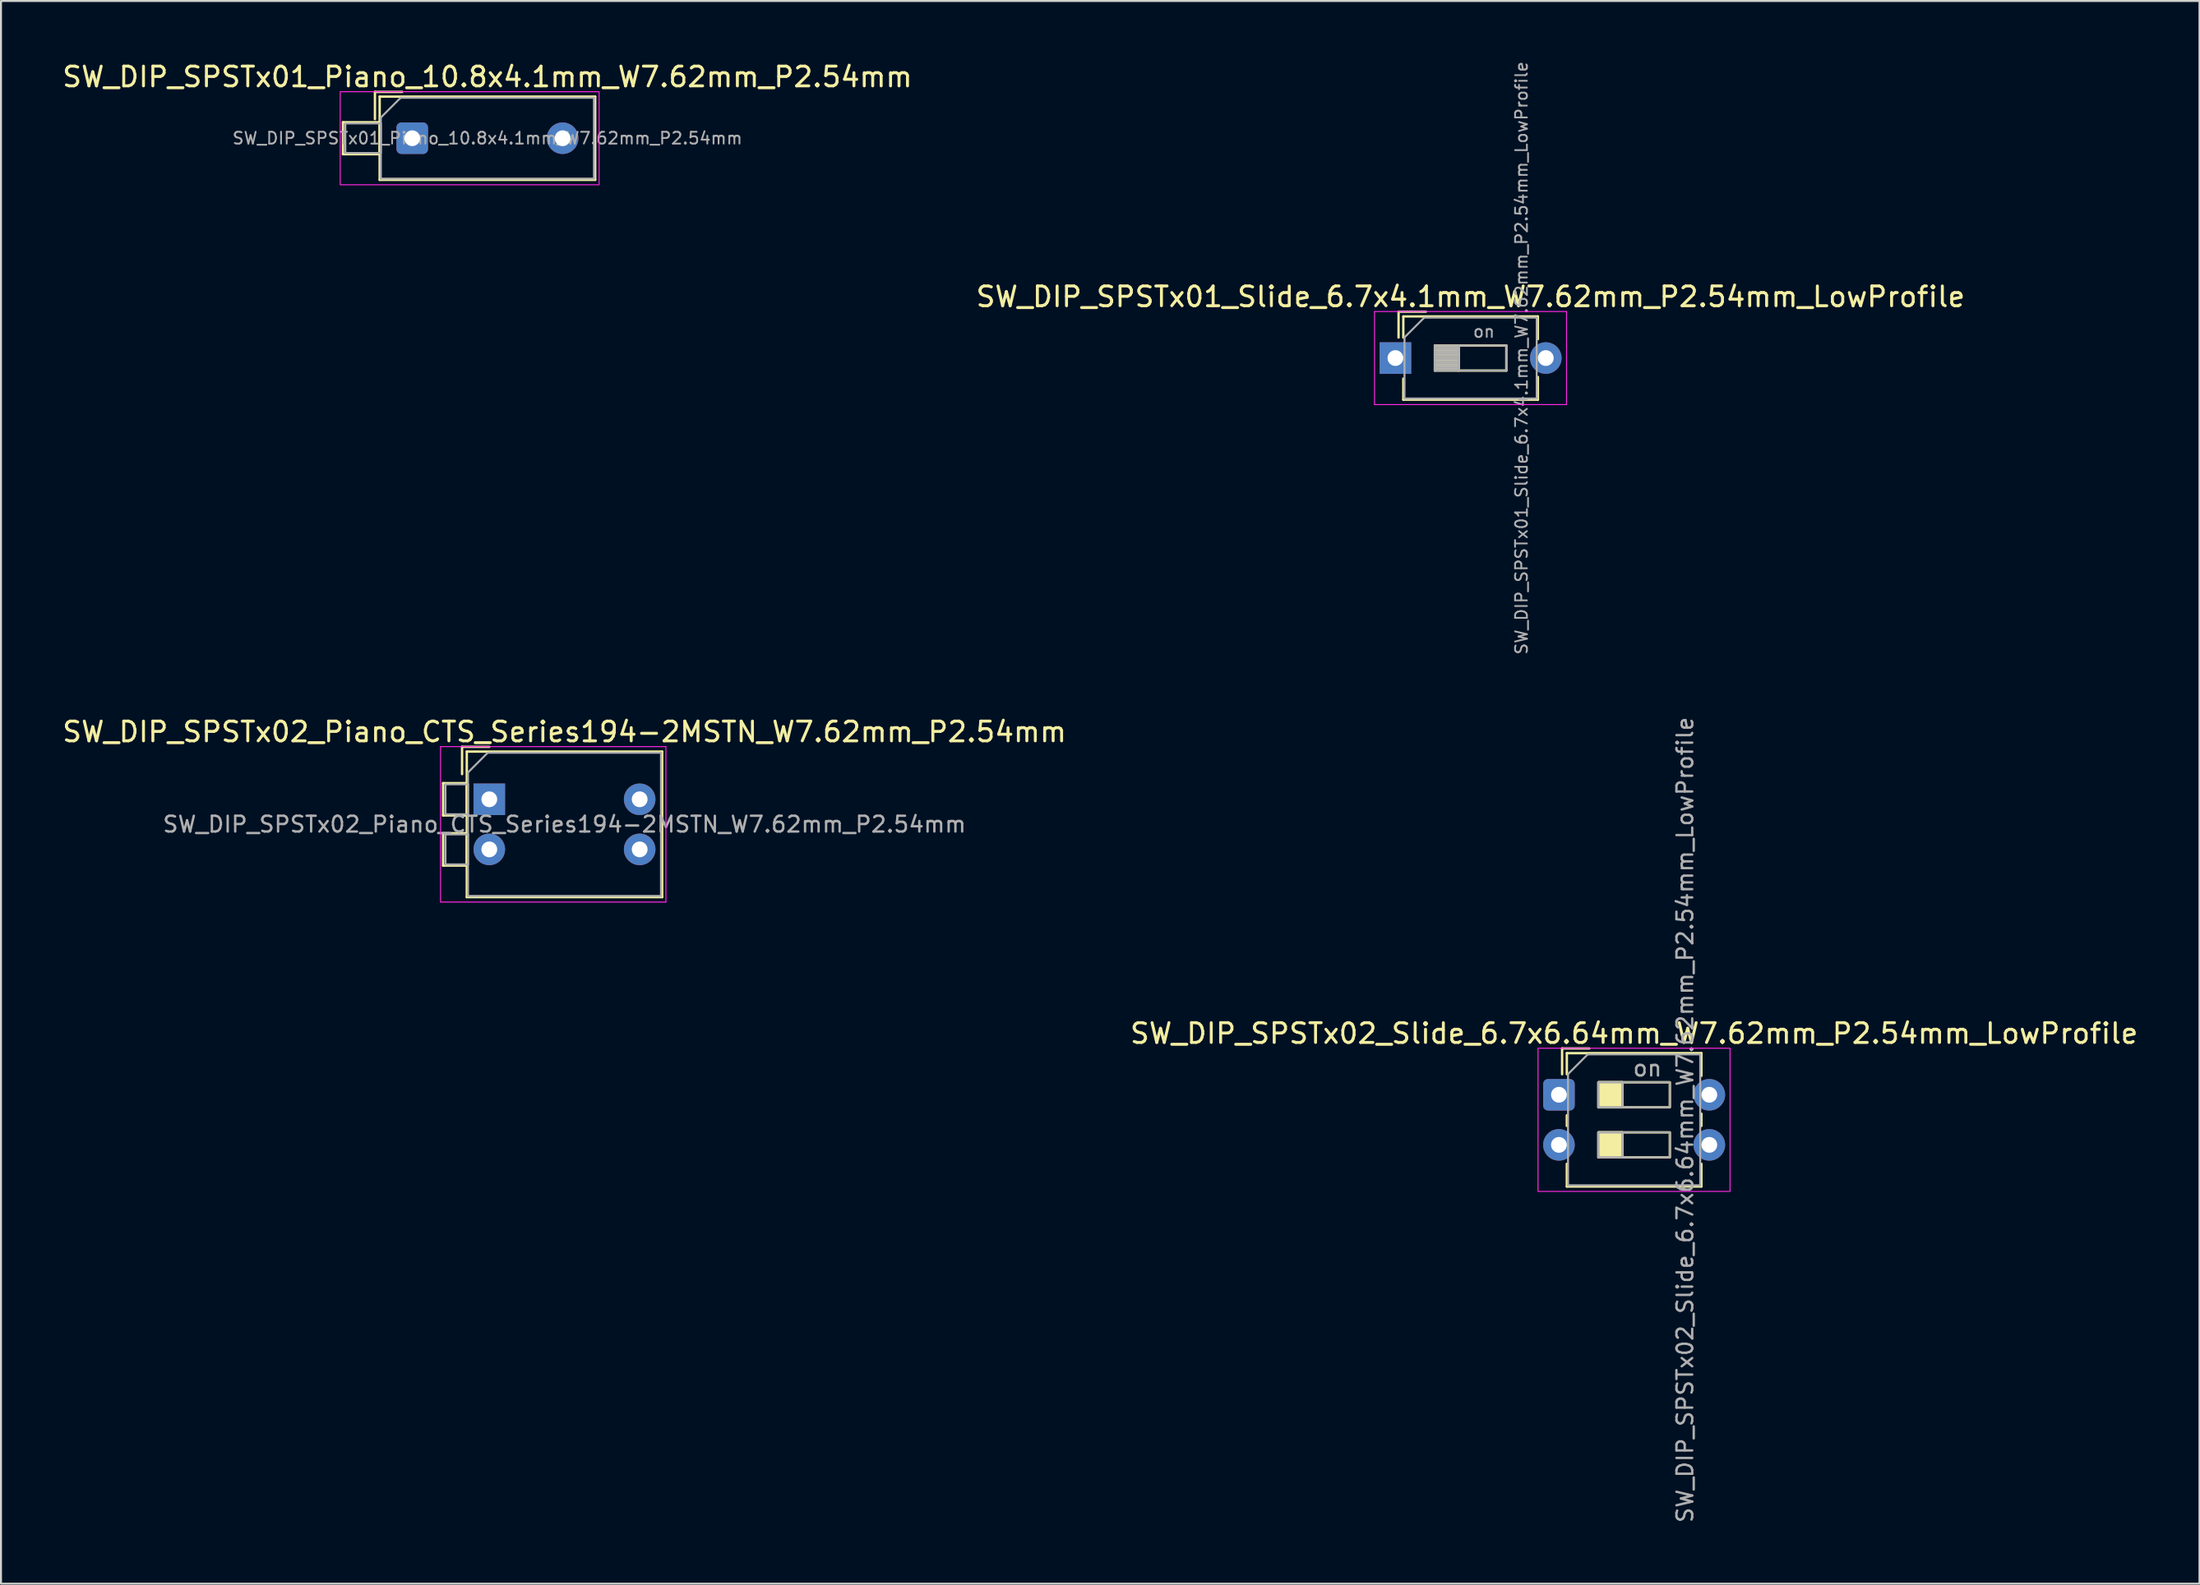
<source format=kicad_pcb>
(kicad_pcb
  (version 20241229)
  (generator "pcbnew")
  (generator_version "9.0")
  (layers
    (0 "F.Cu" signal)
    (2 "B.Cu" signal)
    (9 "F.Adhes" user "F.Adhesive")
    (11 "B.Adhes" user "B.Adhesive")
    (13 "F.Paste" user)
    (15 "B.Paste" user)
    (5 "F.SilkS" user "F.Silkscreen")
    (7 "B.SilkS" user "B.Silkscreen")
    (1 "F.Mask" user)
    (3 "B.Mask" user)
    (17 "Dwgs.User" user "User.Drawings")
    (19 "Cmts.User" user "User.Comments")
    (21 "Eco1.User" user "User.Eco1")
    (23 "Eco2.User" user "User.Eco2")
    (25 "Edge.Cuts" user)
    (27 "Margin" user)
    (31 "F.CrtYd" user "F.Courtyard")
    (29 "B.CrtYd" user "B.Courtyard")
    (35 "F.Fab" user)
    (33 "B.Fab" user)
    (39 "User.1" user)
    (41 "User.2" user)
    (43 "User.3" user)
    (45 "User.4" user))
  (footprint "SW_DIP_SPSTx02_Piano_CTS_Series194-2MSTN_W7.62mm_P2.54mm"
    (layer "F.Cu")
    (at 21.744 37.475)
    (property "Reference" "SW_DIP_SPSTx02_Piano_CTS_Series194-2MSTN_W7.62mm_P2.54mm" (at 3.81 -3.42 0) (layer "F.SilkS") (effects (font (size 1 1) (thickness 0.15))))
    (attr through_hole)
    (fp_line (start -2.34 -0.82) (end -2.34 0.82) (stroke (width 0.12) (type solid)) (layer "F.SilkS"))
    (fp_line (start -2.34 -0.82) (end -1.14 -0.82) (stroke (width 0.12) (type solid)) (layer "F.SilkS"))
    (fp_line (start -2.34 0.82) (end -1.14 0.82) (stroke (width 0.12) (type solid)) (layer "F.SilkS"))
    (fp_line (start -2.34 1.72) (end -2.34 3.36) (stroke (width 0.12) (type solid)) (layer "F.SilkS"))
    (fp_line (start -2.34 1.72) (end -1.14 1.72) (stroke (width 0.12) (type solid)) (layer "F.SilkS"))
    (fp_line (start -2.34 3.36) (end -1.14 3.36) (stroke (width 0.12) (type solid)) (layer "F.SilkS"))
    (fp_line (start -1.38 -2.66) (end -1.38 -1.277) (stroke (width 0.12) (type solid)) (layer "F.SilkS"))
    (fp_line (start -1.38 -2.66) (end 0.003 -2.66) (stroke (width 0.12) (type solid)) (layer "F.SilkS"))
    (fp_line (start -1.14 -2.42) (end -1.14 4.96) (stroke (width 0.12) (type solid)) (layer "F.SilkS"))
    (fp_line (start -1.14 -2.42) (end 8.76 -2.42) (stroke (width 0.12) (type solid)) (layer "F.SilkS"))
    (fp_line (start -1.14 -0.82) (end -1.14 0.82) (stroke (width 0.12) (type solid)) (layer "F.SilkS"))
    (fp_line (start -1.14 1.72) (end -1.14 3.36) (stroke (width 0.12) (type solid)) (layer "F.SilkS"))
    (fp_line (start -1.14 4.96) (end 8.76 4.96) (stroke (width 0.12) (type solid)) (layer "F.SilkS"))
    (fp_line (start 8.76 -2.42) (end 8.76 4.96) (stroke (width 0.12) (type solid)) (layer "F.SilkS"))
    (fp_line (start -2.47 -2.67) (end -2.47 5.21) (stroke (width 0.05) (type solid)) (layer "F.CrtYd"))
    (fp_line (start -2.47 5.21) (end 8.95 5.21) (stroke (width 0.05) (type solid)) (layer "F.CrtYd"))
    (fp_line (start 8.95 -2.67) (end -2.47 -2.67) (stroke (width 0.05) (type solid)) (layer "F.CrtYd"))
    (fp_line (start 8.95 5.21) (end 8.95 -2.67) (stroke (width 0.05) (type solid)) (layer "F.CrtYd"))
    (fp_line (start -2.22 -0.76) (end -1.08 -0.76) (stroke (width 0.1) (type solid)) (layer "F.Fab"))
    (fp_line (start -2.22 0.76) (end -2.22 -0.76) (stroke (width 0.1) (type solid)) (layer "F.Fab"))
    (fp_line (start -2.22 1.78) (end -1.08 1.78) (stroke (width 0.1) (type solid)) (layer "F.Fab"))
    (fp_line (start -2.22 3.3) (end -2.22 1.78) (stroke (width 0.1) (type solid)) (layer "F.Fab"))
    (fp_line (start -1.08 -1.36) (end -0.08 -2.36) (stroke (width 0.1) (type solid)) (layer "F.Fab"))
    (fp_line (start -1.08 -0.76) (end -1.08 0.76) (stroke (width 0.1) (type solid)) (layer "F.Fab"))
    (fp_line (start -1.08 0.76) (end -2.22 0.76) (stroke (width 0.1) (type solid)) (layer "F.Fab"))
    (fp_line (start -1.08 1.78) (end -1.08 3.3) (stroke (width 0.1) (type solid)) (layer "F.Fab"))
    (fp_line (start -1.08 3.3) (end -2.22 3.3) (stroke (width 0.1) (type solid)) (layer "F.Fab"))
    (fp_line (start -1.08 4.9) (end -1.08 -1.36) (stroke (width 0.1) (type solid)) (layer "F.Fab"))
    (fp_line (start -0.08 -2.36) (end 8.7 -2.36) (stroke (width 0.1) (type solid)) (layer "F.Fab"))
    (fp_line (start 8.7 -2.36) (end 8.7 4.9) (stroke (width 0.1) (type solid)) (layer "F.Fab"))
    (fp_line (start 8.7 4.9) (end -1.08 4.9) (stroke (width 0.1) (type solid)) (layer "F.Fab"))
    (fp_text user "${REFERENCE}" (at 3.81 1.27 0) (layer "F.Fab") (effects (font (size 0.8 0.8) (thickness 0.12))))
    (pad "1" thru_hole rect (at 0 0) (size 1.6 1.6) (drill 0.8) (layers "*.Cu" "*.Mask"))
    (pad "2" thru_hole circle (at 0 2.54) (size 1.6 1.6) (drill 0.8) (layers "*.Cu" "*.Mask"))
    (pad "3" thru_hole circle (at 7.62 2.54) (size 1.6 1.6) (drill 0.8) (layers "*.Cu" "*.Mask"))
    (pad "4" thru_hole circle (at 7.62 0) (size 1.6 1.6) (drill 0.8) (layers "*.Cu" "*.Mask")))
  (footprint "SW_DIP_SPSTx02_Slide_6.7x6.64mm_W7.62mm_P2.54mm_LowProfile"
    (layer "F.Cu")
    (at 75.946 52.456)
    (property "Reference" "SW_DIP_SPSTx02_Slide_6.7x6.64mm_W7.62mm_P2.54mm_LowProfile" (at 3.81 -3.11 0) (layer "F.SilkS") (effects (font (size 1 1) (thickness 0.15))))
    (attr through_hole)
    (fp_line (start 0.16 -2.35) (end 0.16 -1.04) (stroke (width 0.12) (type solid)) (layer "F.SilkS"))
    (fp_line (start 0.16 -2.35) (end 1.543 -2.35) (stroke (width 0.12) (type solid)) (layer "F.SilkS"))
    (fp_line (start 0.4 -2.11) (end 0.4 -1.04) (stroke (width 0.12) (type solid)) (layer "F.SilkS"))
    (fp_line (start 0.4 -2.11) (end 7.22 -2.11) (stroke (width 0.12) (type solid)) (layer "F.SilkS"))
    (fp_line (start 0.4 1.04) (end 0.4 1.58) (stroke (width 0.12) (type solid)) (layer "F.SilkS"))
    (fp_line (start 0.4 3.5) (end 0.4 4.65) (stroke (width 0.12) (type solid)) (layer "F.SilkS"))
    (fp_line (start 0.4 4.65) (end 7.22 4.65) (stroke (width 0.12) (type solid)) (layer "F.SilkS"))
    (fp_line (start 3.207 -0.635) (end 3.207 0.635) (stroke (width 0.12) (type solid)) (layer "F.SilkS"))
    (fp_line (start 3.207 1.905) (end 3.207 3.175) (stroke (width 0.12) (type solid)) (layer "F.SilkS"))
    (fp_line (start 7.22 -2.11) (end 7.22 -0.96) (stroke (width 0.12) (type solid)) (layer "F.SilkS"))
    (fp_line (start 7.22 0.96) (end 7.22 1.58) (stroke (width 0.12) (type solid)) (layer "F.SilkS"))
    (fp_line (start 7.22 3.5) (end 7.22 4.65) (stroke (width 0.12) (type solid)) (layer "F.SilkS"))
    (fp_rect (start 2 -0.635) (end 3.207 0.635) (stroke (width 0.12) (type solid)) (fill yes) (layer "F.SilkS"))
    (fp_rect (start 2 -0.635) (end 5.62 0.635) (stroke (width 0.12) (type solid)) (fill no) (layer "F.SilkS"))
    (fp_rect (start 2 1.905) (end 3.207 3.175) (stroke (width 0.12) (type solid)) (fill yes) (layer "F.SilkS"))
    (fp_rect (start 2 1.905) (end 5.62 3.175) (stroke (width 0.12) (type solid)) (fill no) (layer "F.SilkS"))
    (fp_rect (start -1.06 -2.36) (end 8.67 4.9) (stroke (width 0.05) (type solid)) (fill no) (layer "F.CrtYd"))
    (fp_line (start 0.46 -1.05) (end 1.46 -2.05) (stroke (width 0.1) (type solid)) (layer "F.Fab"))
    (fp_line (start 0.46 4.59) (end 0.46 -1.05) (stroke (width 0.1) (type solid)) (layer "F.Fab"))
    (fp_line (start 1.46 -2.05) (end 7.16 -2.05) (stroke (width 0.1) (type solid)) (layer "F.Fab"))
    (fp_line (start 3.207 -0.635) (end 3.207 0.635) (stroke (width 0.1) (type solid)) (layer "F.Fab"))
    (fp_line (start 3.207 1.905) (end 3.207 3.175) (stroke (width 0.1) (type solid)) (layer "F.Fab"))
    (fp_line (start 7.16 -2.05) (end 7.16 4.59) (stroke (width 0.1) (type solid)) (layer "F.Fab"))
    (fp_line (start 7.16 4.59) (end 0.46 4.59) (stroke (width 0.1) (type solid)) (layer "F.Fab"))
    (fp_rect (start 2 -0.635) (end 3.207 0.635) (stroke (width 0.1) (type solid)) (fill no) (layer "F.Fab"))
    (fp_rect (start 2 -0.635) (end 5.62 0.635) (stroke (width 0.1) (type solid)) (fill no) (layer "F.Fab"))
    (fp_rect (start 2 1.905) (end 3.207 3.175) (stroke (width 0.1) (type solid)) (fill no) (layer "F.Fab"))
    (fp_rect (start 2 1.905) (end 5.62 3.175) (stroke (width 0.1) (type solid)) (fill no) (layer "F.Fab"))
    (fp_text user "on" (at 4.485 -1.343 0) (layer "F.Fab") (effects (font (size 0.8 0.8) (thickness 0.12))))
    (fp_text user "${REFERENCE}" (at 6.39 1.27 90) (layer "F.Fab") (effects (font (size 0.8 0.8) (thickness 0.12))))
    (pad "1" thru_hole roundrect (at 0 0) (size 1.6 1.6) (drill 0.8) (layers "*.Cu" "*.Mask") (roundrect_rratio 0.156))
    (pad "2" thru_hole circle (at 0 2.54) (size 1.6 1.6) (drill 0.8) (layers "*.Cu" "*.Mask"))
    (pad "3" thru_hole circle (at 7.62 2.54) (size 1.6 1.6) (drill 0.8) (layers "*.Cu" "*.Mask"))
    (pad "4" thru_hole circle (at 7.62 0) (size 1.6 1.6) (drill 0.8) (layers "*.Cu" "*.Mask")))
  (footprint "SW_DIP_SPSTx01_Piano_10.8x4.1mm_W7.62mm_P2.54mm"
    (layer "F.Cu")
    (at 17.839 3.958)
    (property "Reference" "SW_DIP_SPSTx01_Piano_10.8x4.1mm_W7.62mm_P2.54mm" (at 3.81 -3.11 0) (layer "F.SilkS") (effects (font (size 1 1) (thickness 0.15))))
    (attr through_hole)
    (fp_line (start -3.51 -0.81) (end -3.51 0.81) (stroke (width 0.12) (type solid)) (layer "F.SilkS"))
    (fp_line (start -3.51 -0.81) (end -1.65 -0.81) (stroke (width 0.12) (type solid)) (layer "F.SilkS"))
    (fp_line (start -3.51 0.81) (end -1.65 0.81) (stroke (width 0.12) (type solid)) (layer "F.SilkS"))
    (fp_line (start -1.89 -2.35) (end -1.89 -0.967) (stroke (width 0.12) (type solid)) (layer "F.SilkS"))
    (fp_line (start -1.89 -2.35) (end -0.507 -2.35) (stroke (width 0.12) (type solid)) (layer "F.SilkS"))
    (fp_line (start -1.65 -2.11) (end -1.65 2.11) (stroke (width 0.12) (type solid)) (layer "F.SilkS"))
    (fp_line (start -1.65 -2.11) (end 9.27 -2.11) (stroke (width 0.12) (type solid)) (layer "F.SilkS"))
    (fp_line (start -1.65 -0.81) (end -1.65 0.81) (stroke (width 0.12) (type solid)) (layer "F.SilkS"))
    (fp_line (start -1.65 2.11) (end 9.27 2.11) (stroke (width 0.12) (type solid)) (layer "F.SilkS"))
    (fp_line (start 9.27 -2.11) (end 9.27 2.11) (stroke (width 0.12) (type solid)) (layer "F.SilkS"))
    (fp_rect (start -3.65 -2.36) (end 9.47 2.36) (stroke (width 0.05) (type solid)) (fill no) (layer "F.CrtYd"))
    (fp_line (start -1.59 -1.05) (end -0.59 -2.05) (stroke (width 0.1) (type solid)) (layer "F.Fab"))
    (fp_line (start -1.59 2.05) (end -1.59 -1.05) (stroke (width 0.1) (type solid)) (layer "F.Fab"))
    (fp_line (start -0.59 -2.05) (end 9.21 -2.05) (stroke (width 0.1) (type solid)) (layer "F.Fab"))
    (fp_line (start 9.21 -2.05) (end 9.21 2.05) (stroke (width 0.1) (type solid)) (layer "F.Fab"))
    (fp_line (start 9.21 2.05) (end -1.59 2.05) (stroke (width 0.1) (type solid)) (layer "F.Fab"))
    (fp_rect (start -1.59 -0.75) (end -3.39 0.75) (stroke (width 0.1) (type solid)) (fill no) (layer "F.Fab"))
    (fp_text user "${REFERENCE}" (at 3.81 0 0) (layer "F.Fab") (effects (font (size 0.6 0.6) (thickness 0.09))))
    (pad "1" thru_hole roundrect (at 0 0) (size 1.6 1.6) (drill 0.8) (layers "*.Cu" "*.Mask") (roundrect_rratio 0.156))
    (pad "2" thru_hole circle (at 7.62 0) (size 1.6 1.6) (drill 0.8) (layers "*.Cu" "*.Mask")))
  (footprint "SW_DIP_SPSTx01_Slide_6.7x4.1mm_W7.62mm_P2.54mm_LowProfile"
    (layer "F.Cu")
    (at 67.66 15.104)
    (property "Reference" "SW_DIP_SPSTx01_Slide_6.7x4.1mm_W7.62mm_P2.54mm_LowProfile" (at 3.81 -3.11 0) (layer "F.SilkS") (effects (font (size 1 1) (thickness 0.15))))
    (attr through_hole)
    (fp_line (start 0.16 -2.35) (end 0.16 -1.04) (stroke (width 0.12) (type solid)) (layer "F.SilkS"))
    (fp_line (start 0.16 -2.35) (end 1.543 -2.35) (stroke (width 0.12) (type solid)) (layer "F.SilkS"))
    (fp_line (start 0.4 -2.11) (end 0.4 -1.04) (stroke (width 0.12) (type solid)) (layer "F.SilkS"))
    (fp_line (start 0.4 -2.11) (end 7.22 -2.11) (stroke (width 0.12) (type solid)) (layer "F.SilkS"))
    (fp_line (start 0.4 1.04) (end 0.4 2.11) (stroke (width 0.12) (type solid)) (layer "F.SilkS"))
    (fp_line (start 0.4 2.11) (end 7.22 2.11) (stroke (width 0.12) (type solid)) (layer "F.SilkS"))
    (fp_line (start 2 -0.635) (end 2 0.635) (stroke (width 0.12) (type solid)) (layer "F.SilkS"))
    (fp_line (start 2 -0.515) (end 3.207 -0.515) (stroke (width 0.12) (type solid)) (layer "F.SilkS"))
    (fp_line (start 2 -0.395) (end 3.207 -0.395) (stroke (width 0.12) (type solid)) (layer "F.SilkS"))
    (fp_line (start 2 -0.275) (end 3.207 -0.275) (stroke (width 0.12) (type solid)) (layer "F.SilkS"))
    (fp_line (start 2 -0.155) (end 3.207 -0.155) (stroke (width 0.12) (type solid)) (layer "F.SilkS"))
    (fp_line (start 2 -0.035) (end 3.207 -0.035) (stroke (width 0.12) (type solid)) (layer "F.SilkS"))
    (fp_line (start 2 0.085) (end 3.207 0.085) (stroke (width 0.12) (type solid)) (layer "F.SilkS"))
    (fp_line (start 2 0.205) (end 3.207 0.205) (stroke (width 0.12) (type solid)) (layer "F.SilkS"))
    (fp_line (start 2 0.325) (end 3.207 0.325) (stroke (width 0.12) (type solid)) (layer "F.SilkS"))
    (fp_line (start 2 0.445) (end 3.207 0.445) (stroke (width 0.12) (type solid)) (layer "F.SilkS"))
    (fp_line (start 2 0.565) (end 3.207 0.565) (stroke (width 0.12) (type solid)) (layer "F.SilkS"))
    (fp_line (start 2 0.635) (end 5.62 0.635) (stroke (width 0.12) (type solid)) (layer "F.SilkS"))
    (fp_line (start 3.207 -0.635) (end 3.207 0.635) (stroke (width 0.12) (type solid)) (layer "F.SilkS"))
    (fp_line (start 5.62 -0.635) (end 2 -0.635) (stroke (width 0.12) (type solid)) (layer "F.SilkS"))
    (fp_line (start 5.62 0.635) (end 5.62 -0.635) (stroke (width 0.12) (type solid)) (layer "F.SilkS"))
    (fp_line (start 7.22 -2.11) (end 7.22 -0.96) (stroke (width 0.12) (type solid)) (layer "F.SilkS"))
    (fp_line (start 7.22 0.96) (end 7.22 2.11) (stroke (width 0.12) (type solid)) (layer "F.SilkS"))
    (fp_line (start -1.06 -2.36) (end -1.06 2.36) (stroke (width 0.05) (type solid)) (layer "F.CrtYd"))
    (fp_line (start -1.06 2.36) (end 8.67 2.36) (stroke (width 0.05) (type solid)) (layer "F.CrtYd"))
    (fp_line (start 8.67 -2.36) (end -1.06 -2.36) (stroke (width 0.05) (type solid)) (layer "F.CrtYd"))
    (fp_line (start 8.67 2.36) (end 8.67 -2.36) (stroke (width 0.05) (type solid)) (layer "F.CrtYd"))
    (fp_line (start 0.46 -1.05) (end 1.46 -2.05) (stroke (width 0.1) (type solid)) (layer "F.Fab"))
    (fp_line (start 0.46 2.05) (end 0.46 -1.05) (stroke (width 0.1) (type solid)) (layer "F.Fab"))
    (fp_line (start 1.46 -2.05) (end 7.16 -2.05) (stroke (width 0.1) (type solid)) (layer "F.Fab"))
    (fp_line (start 2 -0.635) (end 2 0.635) (stroke (width 0.1) (type solid)) (layer "F.Fab"))
    (fp_line (start 2 -0.535) (end 3.207 -0.535) (stroke (width 0.1) (type solid)) (layer "F.Fab"))
    (fp_line (start 2 -0.435) (end 3.207 -0.435) (stroke (width 0.1) (type solid)) (layer "F.Fab"))
    (fp_line (start 2 -0.335) (end 3.207 -0.335) (stroke (width 0.1) (type solid)) (layer "F.Fab"))
    (fp_line (start 2 -0.235) (end 3.207 -0.235) (stroke (width 0.1) (type solid)) (layer "F.Fab"))
    (fp_line (start 2 -0.135) (end 3.207 -0.135) (stroke (width 0.1) (type solid)) (layer "F.Fab"))
    (fp_line (start 2 -0.035) (end 3.207 -0.035) (stroke (width 0.1) (type solid)) (layer "F.Fab"))
    (fp_line (start 2 0.065) (end 3.207 0.065) (stroke (width 0.1) (type solid)) (layer "F.Fab"))
    (fp_line (start 2 0.165) (end 3.207 0.165) (stroke (width 0.1) (type solid)) (layer "F.Fab"))
    (fp_line (start 2 0.265) (end 3.207 0.265) (stroke (width 0.1) (type solid)) (layer "F.Fab"))
    (fp_line (start 2 0.365) (end 3.207 0.365) (stroke (width 0.1) (type solid)) (layer "F.Fab"))
    (fp_line (start 2 0.465) (end 3.207 0.465) (stroke (width 0.1) (type solid)) (layer "F.Fab"))
    (fp_line (start 2 0.565) (end 3.207 0.565) (stroke (width 0.1) (type solid)) (layer "F.Fab"))
    (fp_line (start 2 0.635) (end 5.62 0.635) (stroke (width 0.1) (type solid)) (layer "F.Fab"))
    (fp_line (start 3.207 -0.635) (end 3.207 0.635) (stroke (width 0.1) (type solid)) (layer "F.Fab"))
    (fp_line (start 5.62 -0.635) (end 2 -0.635) (stroke (width 0.1) (type solid)) (layer "F.Fab"))
    (fp_line (start 5.62 0.635) (end 5.62 -0.635) (stroke (width 0.1) (type solid)) (layer "F.Fab"))
    (fp_line (start 7.16 -2.05) (end 7.16 2.05) (stroke (width 0.1) (type solid)) (layer "F.Fab"))
    (fp_line (start 7.16 2.05) (end 0.46 2.05) (stroke (width 0.1) (type solid)) (layer "F.Fab"))
    (fp_text user "on" (at 4.485 -1.343 0) (layer "F.Fab") (effects (font (size 0.6 0.6) (thickness 0.09))))
    (fp_text user "${REFERENCE}" (at 6.39 0 90) (layer "F.Fab") (effects (font (size 0.6 0.6) (thickness 0.09))))
    (pad "1" thru_hole rect (at 0 0) (size 1.6 1.6) (drill 0.8) (layers "*.Cu" "*.Mask"))
    (pad "2" thru_hole circle (at 7.62 0) (size 1.6 1.6) (drill 0.8) (layers "*.Cu" "*.Mask")))
  (gr_rect
    (start -3 -3)
    (end 108.405 77.245)
    (stroke (width 0.1) (type default))
    (fill no)
    (layer "Edge.Cuts")))
</source>
